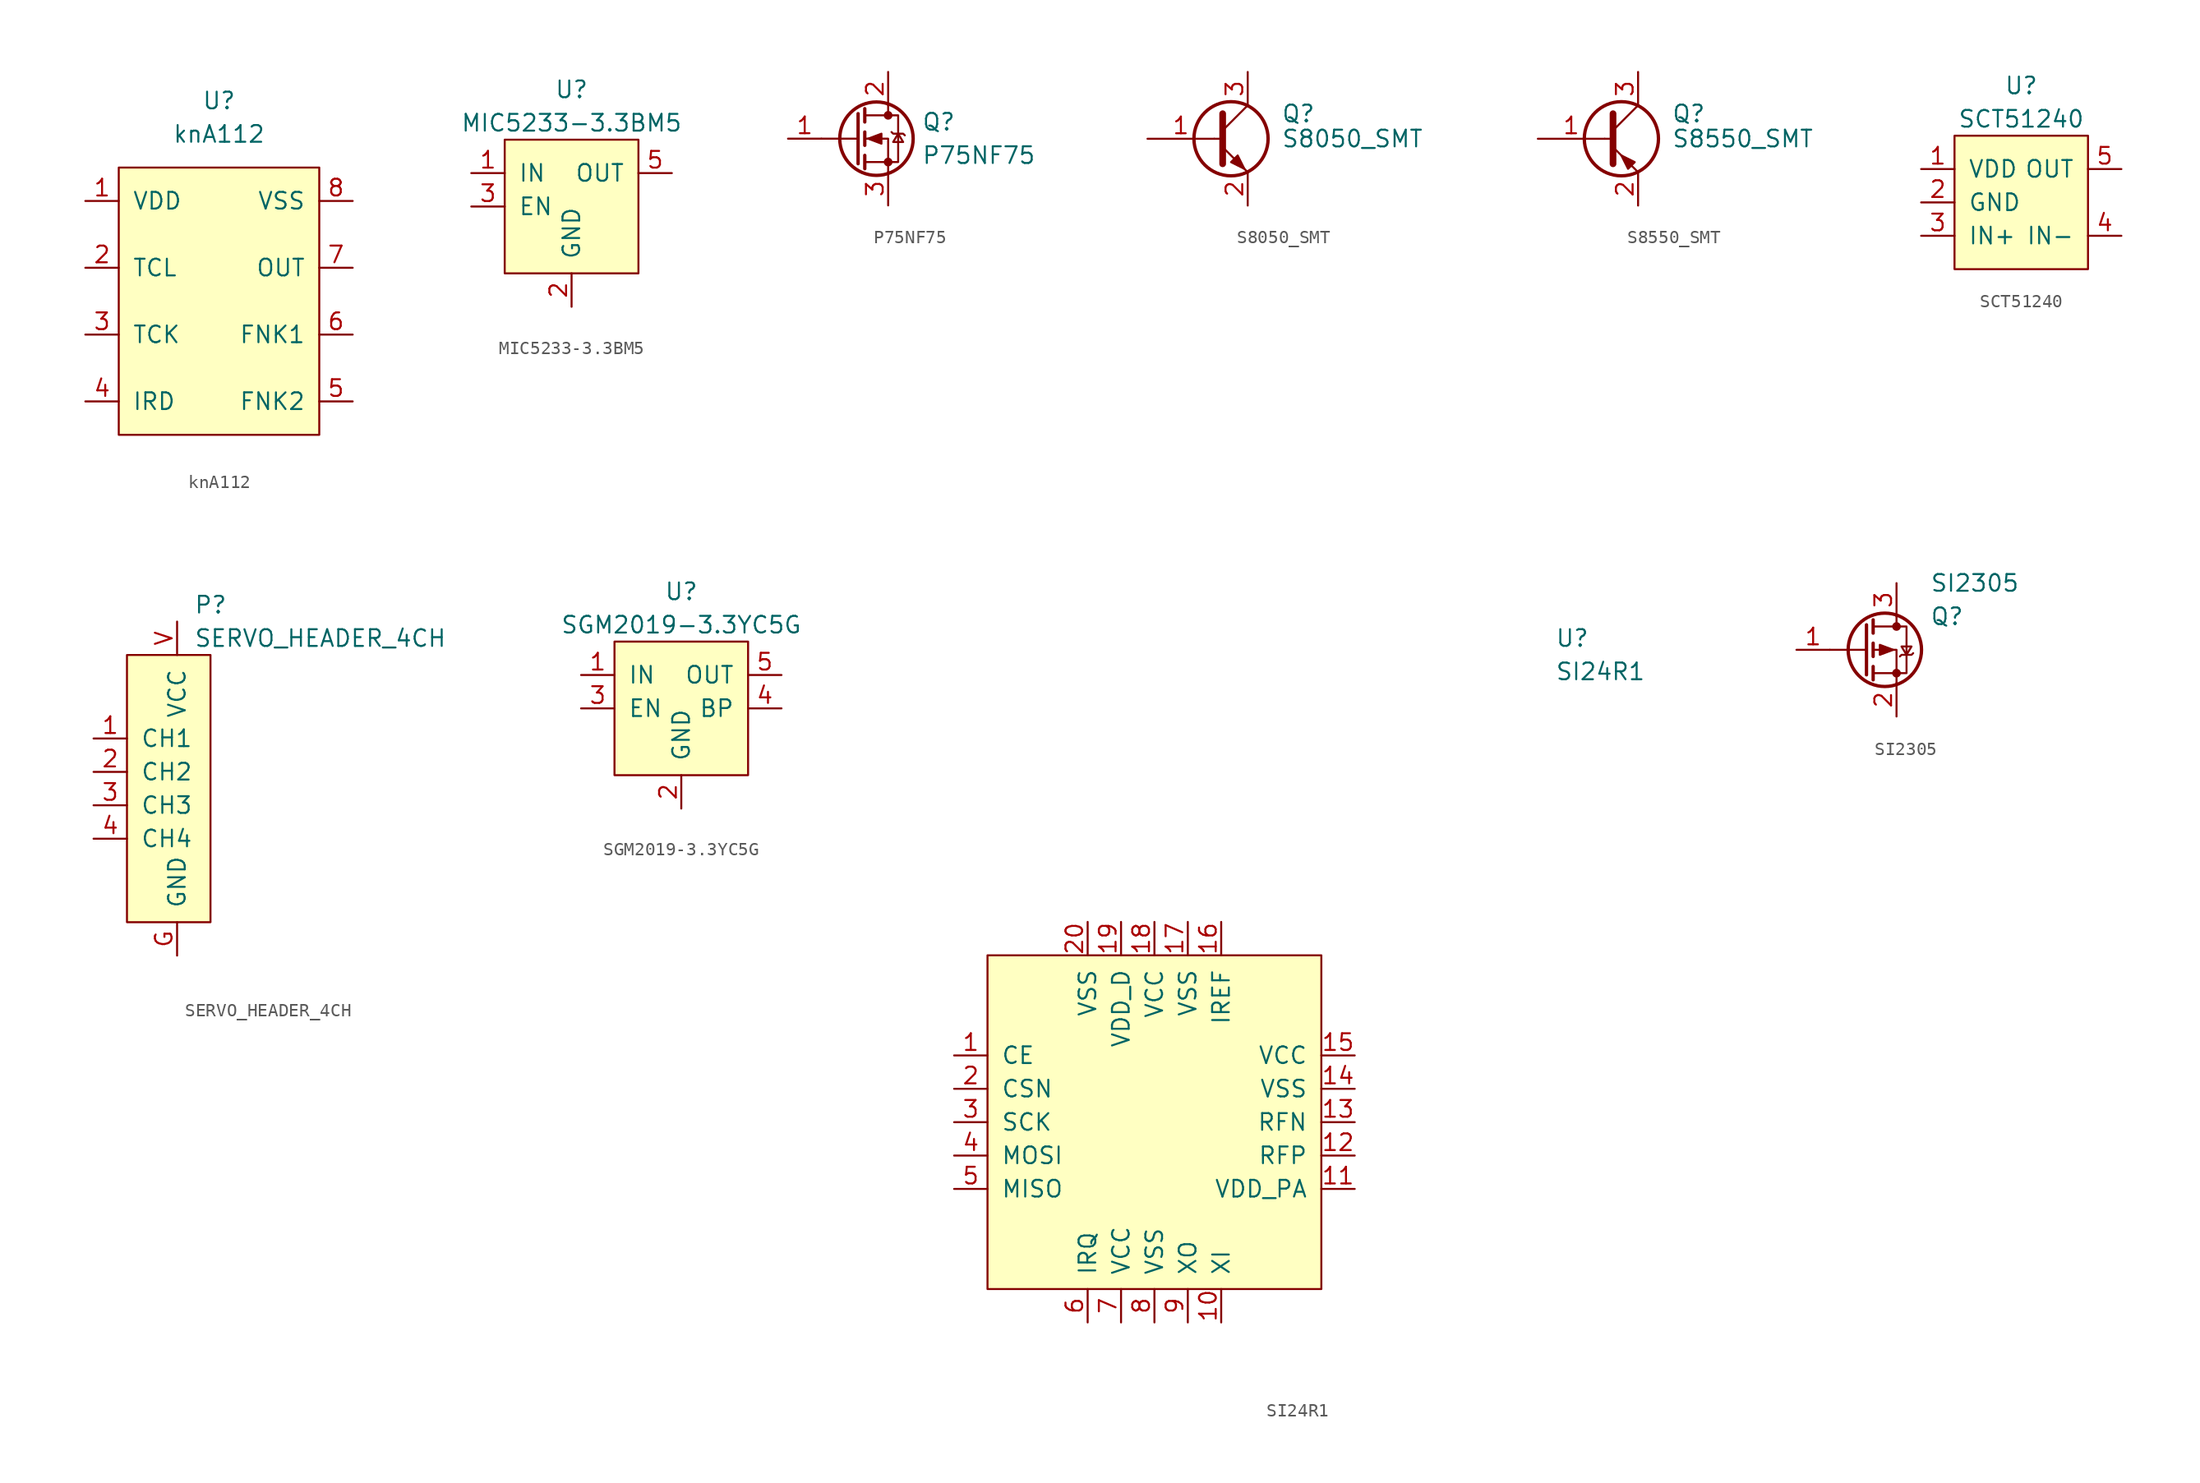
<source format=kicad_sym>
(kicad_symbol_lib
  (version 20220914)
  (generator kicad_symbol_editor)
  (symbol "knA112"
    (pin_names
      (offset 1.016))
    (property "Reference" "U"
      (at 0 15.24 0)
      (effects (font (size 1.27 1.27))))
    (property "Value" "knA112"
      (at 0 12.7 0)
      (effects (font (size 1.27 1.27))))
    (symbol "knA112_0_1"
      (rectangle (start -7.62 10.16) (end 7.62 -10.16) (stroke (width 0) (type default)) (fill (type background))))
    (symbol "knA112_1_1"
      (pin power_in line (at -10.16 7.62 0) (length 2.54) (name "VDD" (effects (font (size 1.27 1.27)))) (number "1" (effects (font (size 1.27 1.27)))))
      (pin output line (at -10.16 2.54 0) (length 2.54) (name "TCL" (effects (font (size 1.27 1.27)))) (number "2" (effects (font (size 1.27 1.27)))))
      (pin input line (at -10.16 -2.54 0) (length 2.54) (name "TCK" (effects (font (size 1.27 1.27)))) (number "3" (effects (font (size 1.27 1.27)))))
      (pin input line (at -10.16 -7.62 0) (length 2.54) (name "IRD" (effects (font (size 1.27 1.27)))) (number "4" (effects (font (size 1.27 1.27)))))
      (pin input line (at 10.16 -7.62 180) (length 2.54) (name "FNK2" (effects (font (size 1.27 1.27)))) (number "5" (effects (font (size 1.27 1.27)))))
      (pin input line (at 10.16 -2.54 180) (length 2.54) (name "FNK1" (effects (font (size 1.27 1.27)))) (number "6" (effects (font (size 1.27 1.27)))))
      (pin output line (at 10.16 2.54 180) (length 2.54) (name "OUT" (effects (font (size 1.27 1.27)))) (number "7" (effects (font (size 1.27 1.27)))))
      (pin power_in line (at 10.16 7.62 180) (length 2.54) (name "VSS" (effects (font (size 1.27 1.27)))) (number "8" (effects (font (size 1.27 1.27)))))))
  (symbol "MIC5233-3.3BM5"
    (pin_names
      (offset 1.016))
    (property "Reference" "U"
      (at 0 6.35 0)
      (effects (font (size 1.27 1.27))))
    (property "Value" "MIC5233-3.3BM5"
      (at 0 3.81 0)
      (effects (font (size 1.27 1.27))))
    (symbol "MIC5233-3.3BM5_0_1"
      (rectangle (start -5.08 2.54) (end 5.08 -7.62) (stroke (width 0) (type default)) (fill (type background))))
    (symbol "MIC5233-3.3BM5_1_1"
      (pin power_in line (at -7.62 0 0) (length 2.54) (name "IN" (effects (font (size 1.27 1.27)))) (number "1" (effects (font (size 1.27 1.27)))))
      (pin power_in line (at 0 -10.16 90) (length 2.54) (name "GND" (effects (font (size 1.27 1.27)))) (number "2" (effects (font (size 1.27 1.27)))))
      (pin input line (at -7.62 -2.54 0) (length 2.54) (name "EN" (effects (font (size 1.27 1.27)))) (number "3" (effects (font (size 1.27 1.27)))))
      (pin no_connect line (at 7.62 -2.54 180) (length 2.54) hide (name "NC" (effects (font (size 1.27 1.27)))) (number "4" (effects (font (size 1.27 1.27)))))
      (pin input line (at 7.62 0 180) (length 2.54) (name "OUT" (effects (font (size 1.27 1.27)))) (number "5" (effects (font (size 1.27 1.27)))))))
  (symbol "P75NF75"
    (pin_names
      (offset 0) hide)
    (property "Reference" "Q"
      (at 5.08 1.27 0)
      (effects (font (size 1.27 1.27)) (justify left)))
    (property "Value" "P75NF75"
      (at 5.08 -1.27 0)
      (effects (font (size 1.27 1.27)) (justify left)))
    (symbol "P75NF75_0_1"
      (polyline (pts (xy 0.254 0) (xy -2.54 0)) (stroke (width 0) (type default)) (fill (type none)))
      (polyline (pts (xy 0.254 1.905) (xy 0.254 -1.905)) (stroke (width 0.254) (type default)) (fill (type none)))
      (polyline (pts (xy 0.762 -1.27) (xy 0.762 -2.286)) (stroke (width 0.254) (type default)) (fill (type none)))
      (polyline (pts (xy 0.762 0.508) (xy 0.762 -0.508)) (stroke (width 0.254) (type default)) (fill (type none)))
      (polyline (pts (xy 0.762 2.286) (xy 0.762 1.27)) (stroke (width 0.254) (type default)) (fill (type none)))
      (polyline (pts (xy 2.54 2.54) (xy 2.54 1.778)) (stroke (width 0) (type default)) (fill (type none)))
      (polyline (pts (xy 2.54 -2.54) (xy 2.54 0) (xy 0.762 0)) (stroke (width 0) (type default)) (fill (type none)))
      (polyline (pts (xy 0.762 -1.778) (xy 3.302 -1.778) (xy 3.302 1.778) (xy 0.762 1.778)) (stroke (width 0) (type default)) (fill (type none)))
      (polyline (pts (xy 1.016 0) (xy 2.032 0.381) (xy 2.032 -0.381) (xy 1.016 0)) (stroke (width 0) (type default)) (fill (type outline)))
      (polyline (pts (xy 2.794 0.508) (xy 2.921 0.381) (xy 3.683 0.381) (xy 3.81 0.254)) (stroke (width 0) (type default)) (fill (type none)))
      (polyline (pts (xy 3.302 0.381) (xy 2.921 -0.254) (xy 3.683 -0.254) (xy 3.302 0.381)) (stroke (width 0) (type default)) (fill (type none)))
      (circle (center 1.651 0) (radius 2.794) (stroke (width 0.254) (type default)) (fill (type none)))
      (circle (center 2.54 -1.778) (radius 0.254) (stroke (width 0) (type default)) (fill (type outline)))
      (circle (center 2.54 1.778) (radius 0.254) (stroke (width 0) (type default)) (fill (type outline))))
    (symbol "P75NF75_1_1"
      (pin input line (at -5.08 0 0) (length 2.54) (name "G" (effects (font (size 1.27 1.27)))) (number "1" (effects (font (size 1.27 1.27)))))
      (pin passive line (at 2.54 5.08 270) (length 2.54) (name "D" (effects (font (size 1.27 1.27)))) (number "2" (effects (font (size 1.27 1.27)))))
      (pin passive line (at 2.54 -5.08 90) (length 2.54) (name "S" (effects (font (size 1.27 1.27)))) (number "3" (effects (font (size 1.27 1.27)))))))
  (symbol "S8050_SMT"
    (pin_names
      (offset 0) hide)
    (property "Reference" "Q"
      (at 5.08 1.905 0)
      (effects (font (size 1.27 1.27)) (justify left)))
    (property "Value" "S8050_SMT"
      (at 5.08 0 0)
      (effects (font (size 1.27 1.27)) (justify left)))
    (symbol "S8050_SMT_0_1"
      (polyline (pts (xy 0 0) (xy 0.635 0)) (stroke (width 0) (type default)) (fill (type none)))
      (polyline (pts (xy 0.635 0.635) (xy 2.54 2.54)) (stroke (width 0) (type default)) (fill (type none)))
      (polyline (pts (xy 0.635 -0.635) (xy 2.54 -2.54) (xy 2.54 -2.54)) (stroke (width 0) (type default)) (fill (type none)))
      (polyline (pts (xy 0.635 1.905) (xy 0.635 -1.905) (xy 0.635 -1.905)) (stroke (width 0.508) (type default)) (fill (type none)))
      (polyline (pts (xy 1.27 -1.778) (xy 1.778 -1.27) (xy 2.286 -2.286) (xy 1.27 -1.778) (xy 1.27 -1.778)) (stroke (width 0) (type default)) (fill (type outline)))
      (circle (center 1.27 0) (radius 2.819) (stroke (width 0.254) (type default)) (fill (type none))))
    (symbol "S8050_SMT_1_1"
      (pin input line (at -5.08 0 0) (length 5.08) (name "B" (effects (font (size 1.27 1.27)))) (number "1" (effects (font (size 1.27 1.27)))))
      (pin passive line (at 2.54 -5.08 90) (length 2.54) (name "E" (effects (font (size 1.27 1.27)))) (number "2" (effects (font (size 1.27 1.27)))))
      (pin passive line (at 2.54 5.08 270) (length 2.54) (name "C" (effects (font (size 1.27 1.27)))) (number "3" (effects (font (size 1.27 1.27)))))))
  (symbol "S8550_SMT"
    (pin_names
      (offset 0) hide)
    (property "Reference" "Q"
      (at 5.08 1.905 0)
      (effects (font (size 1.27 1.27)) (justify left)))
    (property "Value" "S8550_SMT"
      (at 5.08 0 0)
      (effects (font (size 1.27 1.27)) (justify left)))
    (symbol "S8550_SMT_0_1"
      (polyline (pts (xy 0 0) (xy 0.635 0)) (stroke (width 0) (type default)) (fill (type none)))
      (polyline (pts (xy 2.54 -2.54) (xy 0.635 -0.635)) (stroke (width 0) (type default)) (fill (type none)))
      (polyline (pts (xy 2.54 2.54) (xy 0.635 0.635)) (stroke (width 0) (type default)) (fill (type none)))
      (polyline (pts (xy 0.635 1.905) (xy 0.635 -1.905) (xy 0.635 -1.905)) (stroke (width 0.508) (type default)) (fill (type outline)))
      (polyline (pts (xy 1.778 -2.286) (xy 2.286 -1.778) (xy 1.27 -1.27) (xy 1.778 -2.286) (xy 1.778 -2.286)) (stroke (width 0) (type default)) (fill (type outline)))
      (circle (center 1.27 0) (radius 2.819) (stroke (width 0.254) (type default)) (fill (type none))))
    (symbol "S8550_SMT_1_1"
      (pin input line (at -5.08 0 0) (length 5.08) (name "B" (effects (font (size 1.27 1.27)))) (number "1" (effects (font (size 1.27 1.27)))))
      (pin passive line (at 2.54 -5.08 90) (length 2.54) (name "E" (effects (font (size 1.27 1.27)))) (number "2" (effects (font (size 1.27 1.27)))))
      (pin passive line (at 2.54 5.08 270) (length 2.54) (name "C" (effects (font (size 1.27 1.27)))) (number "3" (effects (font (size 1.27 1.27)))))))
  (symbol "SCT51240"
    (pin_names
      (offset 1.016))
    (property "Reference" "U"
      (at 0 6.35 0)
      (effects (font (size 1.27 1.27))))
    (property "Value" "SCT51240"
      (at 0 3.81 0)
      (effects (font (size 1.27 1.27))))
    (symbol "SCT51240_0_1"
      (rectangle (start -5.08 2.54) (end 5.08 -7.62) (stroke (width 0) (type default)) (fill (type background))))
    (symbol "SCT51240_1_1"
      (pin power_in line (at -7.62 0 0) (length 2.54) (name "VDD" (effects (font (size 1.27 1.27)))) (number "1" (effects (font (size 1.27 1.27)))))
      (pin power_in line (at -7.62 -2.54 0) (length 2.54) (name "GND" (effects (font (size 1.27 1.27)))) (number "2" (effects (font (size 1.27 1.27)))))
      (pin input line (at -7.62 -5.08 0) (length 2.54) (name "IN+" (effects (font (size 1.27 1.27)))) (number "3" (effects (font (size 1.27 1.27)))))
      (pin input line (at 7.62 -5.08 180) (length 2.54) (name "IN-" (effects (font (size 1.27 1.27)))) (number "4" (effects (font (size 1.27 1.27)))))
      (pin input line (at 7.62 0 180) (length 2.54) (name "OUT" (effects (font (size 1.27 1.27)))) (number "5" (effects (font (size 1.27 1.27)))))))
  (symbol "SERVO_HEADER_4CH"
    (pin_names
      (offset 1.016))
    (property "Reference" "P"
      (at 1.27 13.97 0)
      (effects (font (size 1.27 1.27)) (justify left)))
    (property "Value" "SERVO_HEADER_4CH"
      (at 1.27 11.43 0)
      (effects (font (size 1.27 1.27)) (justify left)))
    (symbol "SERVO_HEADER_4CH_0_1"
      (rectangle (start -3.81 10.16) (end 2.54 -10.16) (stroke (width 0) (type default)) (fill (type background))))
    (symbol "SERVO_HEADER_4CH_1_1"
      (pin passive line (at -6.35 3.81 0) (length 2.54) (name "CH1" (effects (font (size 1.27 1.27)))) (number "1" (effects (font (size 1.27 1.27)))))
      (pin passive line (at -6.35 1.27 0) (length 2.54) (name "CH2" (effects (font (size 1.27 1.27)))) (number "2" (effects (font (size 1.27 1.27)))))
      (pin passive line (at -6.35 -1.27 0) (length 2.54) (name "CH3" (effects (font (size 1.27 1.27)))) (number "3" (effects (font (size 1.27 1.27)))))
      (pin passive line (at -6.35 -3.81 0) (length 2.54) (name "CH4" (effects (font (size 1.27 1.27)))) (number "4" (effects (font (size 1.27 1.27)))))
      (pin power_in line (at 0 -12.7 90) (length 2.54) (name "GND" (effects (font (size 1.27 1.27)))) (number "G" (effects (font (size 1.27 1.27)))))
      (pin power_in line (at 0 12.7 270) (length 2.54) (name "VCC" (effects (font (size 1.27 1.27)))) (number "V" (effects (font (size 1.27 1.27)))))))
  (symbol "SGM2019-3.3YC5G"
    (pin_names
      (offset 1.016))
    (property "Reference" "U"
      (at 0 6.35 0)
      (effects (font (size 1.27 1.27))))
    (property "Value" "SGM2019-3.3YC5G"
      (at 0 3.81 0)
      (effects (font (size 1.27 1.27))))
    (symbol "SGM2019-3.3YC5G_0_1"
      (rectangle (start -5.08 2.54) (end 5.08 -7.62) (stroke (width 0) (type default)) (fill (type background))))
    (symbol "SGM2019-3.3YC5G_1_1"
      (pin power_in line (at -7.62 0 0) (length 2.54) (name "IN" (effects (font (size 1.27 1.27)))) (number "1" (effects (font (size 1.27 1.27)))))
      (pin power_in line (at 0 -10.16 90) (length 2.54) (name "GND" (effects (font (size 1.27 1.27)))) (number "2" (effects (font (size 1.27 1.27)))))
      (pin input line (at -7.62 -2.54 0) (length 2.54) (name "EN" (effects (font (size 1.27 1.27)))) (number "3" (effects (font (size 1.27 1.27)))))
      (pin output line (at 7.62 -2.54 180) (length 2.54) (name "BP" (effects (font (size 1.27 1.27)))) (number "4" (effects (font (size 1.27 1.27)))))
      (pin input line (at 7.62 0 180) (length 2.54) (name "OUT" (effects (font (size 1.27 1.27)))) (number "5" (effects (font (size 1.27 1.27)))))))
  (symbol "SI24R1"
    (pin_names
      (offset 1.016))
    (property "Reference" "U"
      (at 30.48 36.83 0)
      (effects (font (size 1.27 1.27)) (justify left)))
    (property "Value" "SI24R1"
      (at 30.48 34.29 0)
      (effects (font (size 1.27 1.27)) (justify left)))
    (symbol "SI24R1_0_1"
      (rectangle (start -12.7 12.7) (end 12.7 -12.7) (stroke (width 0) (type default)) (fill (type background))))
    (symbol "SI24R1_1_1"
      (pin input line (at -15.24 5.08 0) (length 2.54) (name "CE" (effects (font (size 1.27 1.27)))) (number "1" (effects (font (size 1.27 1.27)))))
      (pin input line (at 5.08 -15.24 90) (length 2.54) (name "XI" (effects (font (size 1.27 1.27)))) (number "10" (effects (font (size 1.27 1.27)))))
      (pin power_in line (at 15.24 -5.08 180) (length 2.54) (name "VDD_PA" (effects (font (size 1.27 1.27)))) (number "11" (effects (font (size 1.27 1.27)))))
      (pin bidirectional line (at 15.24 -2.54 180) (length 2.54) (name "RFP" (effects (font (size 1.27 1.27)))) (number "12" (effects (font (size 1.27 1.27)))))
      (pin bidirectional line (at 15.24 0 180) (length 2.54) (name "RFN" (effects (font (size 1.27 1.27)))) (number "13" (effects (font (size 1.27 1.27)))))
      (pin power_out line (at 15.24 2.54 180) (length 2.54) (name "VSS" (effects (font (size 1.27 1.27)))) (number "14" (effects (font (size 1.27 1.27)))))
      (pin power_out line (at 15.24 5.08 180) (length 2.54) (name "VCC" (effects (font (size 1.27 1.27)))) (number "15" (effects (font (size 1.27 1.27)))))
      (pin input line (at 5.08 15.24 270) (length 2.54) (name "IREF" (effects (font (size 1.27 1.27)))) (number "16" (effects (font (size 1.27 1.27)))))
      (pin power_in line (at 2.54 15.24 270) (length 2.54) (name "VSS" (effects (font (size 1.27 1.27)))) (number "17" (effects (font (size 1.27 1.27)))))
      (pin power_in line (at 0 15.24 270) (length 2.54) (name "VCC" (effects (font (size 1.27 1.27)))) (number "18" (effects (font (size 1.27 1.27)))))
      (pin power_out line (at -2.54 15.24 270) (length 2.54) (name "VDD_D" (effects (font (size 1.27 1.27)))) (number "19" (effects (font (size 1.27 1.27)))))
      (pin input line (at -15.24 2.54 0) (length 2.54) (name "CSN" (effects (font (size 1.27 1.27)))) (number "2" (effects (font (size 1.27 1.27)))))
      (pin power_in line (at -5.08 15.24 270) (length 2.54) (name "VSS" (effects (font (size 1.27 1.27)))) (number "20" (effects (font (size 1.27 1.27)))))
      (pin power_in line (at -5.08 15.24 270) (length 2.54) hide (name "VSS" (effects (font (size 1.27 1.27)))) (number "21" (effects (font (size 1.27 1.27)))))
      (pin input line (at -15.24 0 0) (length 2.54) (name "SCK" (effects (font (size 1.27 1.27)))) (number "3" (effects (font (size 1.27 1.27)))))
      (pin input line (at -15.24 -2.54 0) (length 2.54) (name "MOSI" (effects (font (size 1.27 1.27)))) (number "4" (effects (font (size 1.27 1.27)))))
      (pin output line (at -15.24 -5.08 0) (length 2.54) (name "MISO" (effects (font (size 1.27 1.27)))) (number "5" (effects (font (size 1.27 1.27)))))
      (pin output line (at -5.08 -15.24 90) (length 2.54) (name "IRQ" (effects (font (size 1.27 1.27)))) (number "6" (effects (font (size 1.27 1.27)))))
      (pin power_in line (at -2.54 -15.24 90) (length 2.54) (name "VCC" (effects (font (size 1.27 1.27)))) (number "7" (effects (font (size 1.27 1.27)))))
      (pin power_in line (at 0 -15.24 90) (length 2.54) (name "VSS" (effects (font (size 1.27 1.27)))) (number "8" (effects (font (size 1.27 1.27)))))
      (pin output line (at 2.54 -15.24 90) (length 2.54) (name "XO" (effects (font (size 1.27 1.27)))) (number "9" (effects (font (size 1.27 1.27)))))))
  (symbol "SI2305"
    (pin_names
      (offset 1.016) hide)
    (property "Reference" "Q"
      (at 5.08 2.54 0)
      (effects (font (size 1.27 1.27)) (justify left)))
    (property "Value" "SI2305"
      (at 5.08 5.08 0)
      (effects (font (size 1.27 1.27)) (justify left)))
    (symbol "SI2305_1_1"
      (polyline (pts (xy 0.254 0) (xy -2.54 0)) (stroke (width 0) (type default)) (fill (type none)))
      (polyline (pts (xy 0.254 1.905) (xy 0.254 -1.905)) (stroke (width 0.254) (type default)) (fill (type none)))
      (polyline (pts (xy 0.762 -1.27) (xy 0.762 -2.286)) (stroke (width 0.254) (type default)) (fill (type none)))
      (polyline (pts (xy 0.762 0.508) (xy 0.762 -0.508)) (stroke (width 0.254) (type default)) (fill (type none)))
      (polyline (pts (xy 0.762 2.286) (xy 0.762 1.27)) (stroke (width 0.254) (type default)) (fill (type none)))
      (polyline (pts (xy 2.54 2.54) (xy 2.54 1.778)) (stroke (width 0) (type default)) (fill (type none)))
      (polyline (pts (xy 2.54 -2.54) (xy 2.54 0) (xy 0.762 0)) (stroke (width 0) (type default)) (fill (type none)))
      (polyline (pts (xy 0.762 1.778) (xy 3.302 1.778) (xy 3.302 -1.778) (xy 0.762 -1.778)) (stroke (width 0) (type default)) (fill (type none)))
      (polyline (pts (xy 2.286 0) (xy 1.27 0.381) (xy 1.27 -0.381) (xy 2.286 0)) (stroke (width 0) (type default)) (fill (type outline)))
      (polyline (pts (xy 2.794 -0.508) (xy 2.921 -0.381) (xy 3.683 -0.381) (xy 3.81 -0.254)) (stroke (width 0) (type default)) (fill (type none)))
      (polyline (pts (xy 3.302 -0.381) (xy 2.921 0.254) (xy 3.683 0.254) (xy 3.302 -0.381)) (stroke (width 0) (type default)) (fill (type none)))
      (circle (center 1.651 0) (radius 2.794) (stroke (width 0.254) (type default)) (fill (type none)))
      (circle (center 2.54 -1.778) (radius 0.254) (stroke (width 0) (type default)) (fill (type outline)))
      (circle (center 2.54 1.778) (radius 0.254) (stroke (width 0) (type default)) (fill (type outline)))
      (pin input line (at -5.08 0 0) (length 2.54) (name "G" (effects (font (size 1.27 1.27)))) (number "1" (effects (font (size 1.27 1.27)))))
      (pin passive line (at 2.54 -5.08 90) (length 2.54) (name "S" (effects (font (size 1.27 1.27)))) (number "2" (effects (font (size 1.27 1.27)))))
      (pin passive line (at 2.54 5.08 270) (length 2.54) (name "D" (effects (font (size 1.27 1.27)))) (number "3" (effects (font (size 1.27 1.27))))))))
</source>
